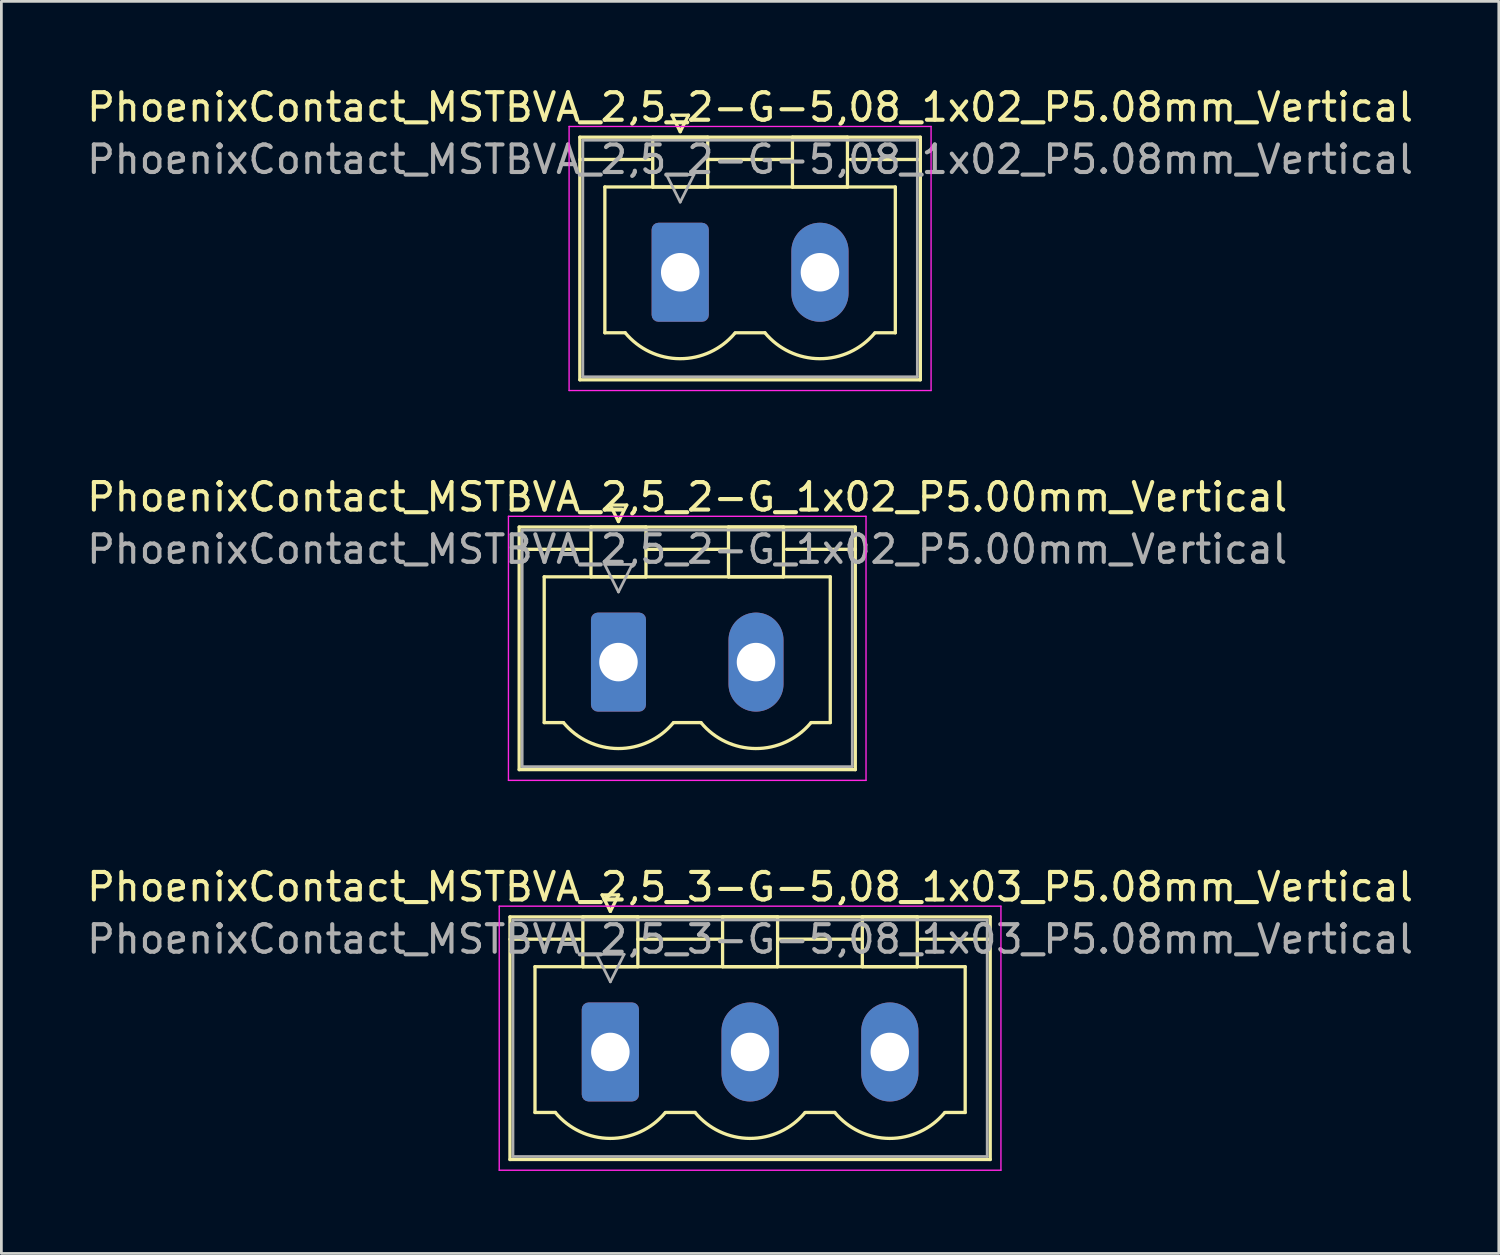
<source format=kicad_pcb>
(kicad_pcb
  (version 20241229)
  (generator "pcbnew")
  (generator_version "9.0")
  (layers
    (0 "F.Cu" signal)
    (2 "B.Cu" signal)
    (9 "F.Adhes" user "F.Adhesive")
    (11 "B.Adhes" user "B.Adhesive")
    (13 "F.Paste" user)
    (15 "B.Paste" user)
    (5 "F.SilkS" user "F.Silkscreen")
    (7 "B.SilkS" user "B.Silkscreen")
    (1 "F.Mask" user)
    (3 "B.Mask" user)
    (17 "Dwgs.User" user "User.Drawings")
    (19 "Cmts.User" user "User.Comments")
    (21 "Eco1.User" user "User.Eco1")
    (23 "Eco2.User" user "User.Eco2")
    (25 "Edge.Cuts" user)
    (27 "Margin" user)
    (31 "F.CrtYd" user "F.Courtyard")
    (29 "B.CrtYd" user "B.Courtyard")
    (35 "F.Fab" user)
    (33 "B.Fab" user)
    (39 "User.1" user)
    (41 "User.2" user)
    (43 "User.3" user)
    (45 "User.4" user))
  (footprint "PhoenixContact_MSTBVA_2,5_2-G-5,08_1x02_P5.08mm_Vertical"
    (layer "F.Cu")
    (at 21.68 6.848)
    (property "Reference" "PhoenixContact_MSTBVA_2,5_2-G-5,08_1x02_P5.08mm_Vertical" (at 2.54 -6 0) (layer "F.SilkS") (effects (font (size 1 1) (thickness 0.15))))
    (attr through_hole)
    (fp_line (start -3.65 -4.91) (end -3.65 3.91) (stroke (width 0.12) (type solid)) (layer "F.SilkS"))
    (fp_line (start -3.65 -4.1) (end -1.11 -4.1) (stroke (width 0.12) (type solid)) (layer "F.SilkS"))
    (fp_line (start -3.65 3.91) (end 8.73 3.91) (stroke (width 0.12) (type solid)) (layer "F.SilkS"))
    (fp_line (start -2.74 -3.1) (end 7.82 -3.1) (stroke (width 0.12) (type solid)) (layer "F.SilkS"))
    (fp_line (start -2.74 2.2) (end -2.74 -3.1) (stroke (width 0.12) (type solid)) (layer "F.SilkS"))
    (fp_line (start -2 2.2) (end -2.74 2.2) (stroke (width 0.12) (type solid)) (layer "F.SilkS"))
    (fp_line (start -1 -4.91) (end 1 -4.91) (stroke (width 0.12) (type solid)) (layer "F.SilkS"))
    (fp_line (start -1 -3.1) (end -1 -4.91) (stroke (width 0.12) (type solid)) (layer "F.SilkS"))
    (fp_line (start -0.3 -5.71) (end 0.3 -5.71) (stroke (width 0.12) (type solid)) (layer "F.SilkS"))
    (fp_line (start 0 -5.11) (end -0.3 -5.71) (stroke (width 0.12) (type solid)) (layer "F.SilkS"))
    (fp_line (start 0.3 -5.71) (end 0 -5.11) (stroke (width 0.12) (type solid)) (layer "F.SilkS"))
    (fp_line (start 1 -4.91) (end 1 -3.1) (stroke (width 0.12) (type solid)) (layer "F.SilkS"))
    (fp_line (start 1 -4.1) (end 4.08 -4.1) (stroke (width 0.12) (type solid)) (layer "F.SilkS"))
    (fp_line (start 1 -3.1) (end -1 -3.1) (stroke (width 0.12) (type solid)) (layer "F.SilkS"))
    (fp_line (start 2 2.2) (end 3.08 2.2) (stroke (width 0.12) (type solid)) (layer "F.SilkS"))
    (fp_line (start 4.08 -4.91) (end 6.08 -4.91) (stroke (width 0.12) (type solid)) (layer "F.SilkS"))
    (fp_line (start 4.08 -3.1) (end 4.08 -4.91) (stroke (width 0.12) (type solid)) (layer "F.SilkS"))
    (fp_line (start 6.08 -4.91) (end 6.08 -3.1) (stroke (width 0.12) (type solid)) (layer "F.SilkS"))
    (fp_line (start 6.08 -3.1) (end 4.08 -3.1) (stroke (width 0.12) (type solid)) (layer "F.SilkS"))
    (fp_line (start 7.82 -3.1) (end 7.82 2.2) (stroke (width 0.12) (type solid)) (layer "F.SilkS"))
    (fp_line (start 7.82 2.2) (end 7.08 2.2) (stroke (width 0.12) (type solid)) (layer "F.SilkS"))
    (fp_line (start 8.73 -4.91) (end -3.65 -4.91) (stroke (width 0.12) (type solid)) (layer "F.SilkS"))
    (fp_line (start 8.73 -4.1) (end 6.19 -4.1) (stroke (width 0.12) (type solid)) (layer "F.SilkS"))
    (fp_line (start 8.73 3.91) (end 8.73 -4.91) (stroke (width 0.12) (type solid)) (layer "F.SilkS"))
    (fp_arc (start 1.986842 2.215821) (mid -0.010289 3.142758) (end -2 2.2) (stroke (width 0.12) (type solid)) (layer "F.SilkS"))
    (fp_arc (start 7.066842 2.215821) (mid 5.069711 3.142758) (end 3.08 2.2) (stroke (width 0.12) (type solid)) (layer "F.SilkS"))
    (fp_line (start -4.04 -5.3) (end -4.04 4.3) (stroke (width 0.05) (type solid)) (layer "F.CrtYd"))
    (fp_line (start -4.04 4.3) (end 9.12 4.3) (stroke (width 0.05) (type solid)) (layer "F.CrtYd"))
    (fp_line (start 9.12 -5.3) (end -4.04 -5.3) (stroke (width 0.05) (type solid)) (layer "F.CrtYd"))
    (fp_line (start 9.12 4.3) (end 9.12 -5.3) (stroke (width 0.05) (type solid)) (layer "F.CrtYd"))
    (fp_line (start -3.54 -4.8) (end -3.54 3.8) (stroke (width 0.1) (type solid)) (layer "F.Fab"))
    (fp_line (start -3.54 3.8) (end 8.62 3.8) (stroke (width 0.1) (type solid)) (layer "F.Fab"))
    (fp_line (start -0.5 -3.55) (end 0.5 -3.55) (stroke (width 0.1) (type solid)) (layer "F.Fab"))
    (fp_line (start 0 -2.55) (end -0.5 -3.55) (stroke (width 0.1) (type solid)) (layer "F.Fab"))
    (fp_line (start 0.5 -3.55) (end 0 -2.55) (stroke (width 0.1) (type solid)) (layer "F.Fab"))
    (fp_line (start 8.62 -4.8) (end -3.54 -4.8) (stroke (width 0.1) (type solid)) (layer "F.Fab"))
    (fp_line (start 8.62 3.8) (end 8.62 -4.8) (stroke (width 0.1) (type solid)) (layer "F.Fab"))
    (fp_text user "${REFERENCE}" (at 2.54 -4.1 0) (layer "F.Fab") (effects (font (size 1 1) (thickness 0.15))))
    (pad "1" thru_hole roundrect (at 0 0) (size 2.08 3.6) (drill 1.4) (layers "*.Cu" "*.Mask") (roundrect_rratio 0.12))
    (pad "2" thru_hole oval (at 5.08 0) (size 2.08 3.6) (drill 1.4) (layers "*.Cu" "*.Mask")))
  (footprint "PhoenixContact_MSTBVA_2,5_2-G_1x02_P5.00mm_Vertical"
    (layer "F.Cu")
    (at 19.435 21.021)
    (property "Reference" "PhoenixContact_MSTBVA_2,5_2-G_1x02_P5.00mm_Vertical" (at 2.5 -6 0) (layer "F.SilkS") (effects (font (size 1 1) (thickness 0.15))))
    (attr through_hole)
    (fp_line (start -3.61 -4.91) (end -3.61 3.91) (stroke (width 0.12) (type solid)) (layer "F.SilkS"))
    (fp_line (start -3.61 -4.1) (end -1.11 -4.1) (stroke (width 0.12) (type solid)) (layer "F.SilkS"))
    (fp_line (start -3.61 3.91) (end 8.61 3.91) (stroke (width 0.12) (type solid)) (layer "F.SilkS"))
    (fp_line (start -2.7 -3.1) (end 7.7 -3.1) (stroke (width 0.12) (type solid)) (layer "F.SilkS"))
    (fp_line (start -2.7 2.2) (end -2.7 -3.1) (stroke (width 0.12) (type solid)) (layer "F.SilkS"))
    (fp_line (start -2 2.2) (end -2.7 2.2) (stroke (width 0.12) (type solid)) (layer "F.SilkS"))
    (fp_line (start -1 -4.91) (end 1 -4.91) (stroke (width 0.12) (type solid)) (layer "F.SilkS"))
    (fp_line (start -1 -3.1) (end -1 -4.91) (stroke (width 0.12) (type solid)) (layer "F.SilkS"))
    (fp_line (start -0.3 -5.71) (end 0.3 -5.71) (stroke (width 0.12) (type solid)) (layer "F.SilkS"))
    (fp_line (start 0 -5.11) (end -0.3 -5.71) (stroke (width 0.12) (type solid)) (layer "F.SilkS"))
    (fp_line (start 0.3 -5.71) (end 0 -5.11) (stroke (width 0.12) (type solid)) (layer "F.SilkS"))
    (fp_line (start 1 -4.91) (end 1 -3.1) (stroke (width 0.12) (type solid)) (layer "F.SilkS"))
    (fp_line (start 1 -4.1) (end 4 -4.1) (stroke (width 0.12) (type solid)) (layer "F.SilkS"))
    (fp_line (start 1 -3.1) (end -1 -3.1) (stroke (width 0.12) (type solid)) (layer "F.SilkS"))
    (fp_line (start 2 2.2) (end 3 2.2) (stroke (width 0.12) (type solid)) (layer "F.SilkS"))
    (fp_line (start 4 -4.91) (end 6 -4.91) (stroke (width 0.12) (type solid)) (layer "F.SilkS"))
    (fp_line (start 4 -3.1) (end 4 -4.91) (stroke (width 0.12) (type solid)) (layer "F.SilkS"))
    (fp_line (start 6 -4.91) (end 6 -3.1) (stroke (width 0.12) (type solid)) (layer "F.SilkS"))
    (fp_line (start 6 -3.1) (end 4 -3.1) (stroke (width 0.12) (type solid)) (layer "F.SilkS"))
    (fp_line (start 7.7 -3.1) (end 7.7 2.2) (stroke (width 0.12) (type solid)) (layer "F.SilkS"))
    (fp_line (start 7.7 2.2) (end 7 2.2) (stroke (width 0.12) (type solid)) (layer "F.SilkS"))
    (fp_line (start 8.61 -4.91) (end -3.61 -4.91) (stroke (width 0.12) (type solid)) (layer "F.SilkS"))
    (fp_line (start 8.61 -4.1) (end 6.11 -4.1) (stroke (width 0.12) (type solid)) (layer "F.SilkS"))
    (fp_line (start 8.61 3.91) (end 8.61 -4.91) (stroke (width 0.12) (type solid)) (layer "F.SilkS"))
    (fp_arc (start 1.986842 2.215821) (mid -0.010289 3.142758) (end -2 2.2) (stroke (width 0.12) (type solid)) (layer "F.SilkS"))
    (fp_arc (start 6.986842 2.215821) (mid 4.989711 3.142758) (end 3 2.2) (stroke (width 0.12) (type solid)) (layer "F.SilkS"))
    (fp_line (start -4 -5.3) (end -4 4.3) (stroke (width 0.05) (type solid)) (layer "F.CrtYd"))
    (fp_line (start -4 4.3) (end 9 4.3) (stroke (width 0.05) (type solid)) (layer "F.CrtYd"))
    (fp_line (start 9 -5.3) (end -4 -5.3) (stroke (width 0.05) (type solid)) (layer "F.CrtYd"))
    (fp_line (start 9 4.3) (end 9 -5.3) (stroke (width 0.05) (type solid)) (layer "F.CrtYd"))
    (fp_line (start -3.5 -4.8) (end -3.5 3.8) (stroke (width 0.1) (type solid)) (layer "F.Fab"))
    (fp_line (start -3.5 3.8) (end 8.5 3.8) (stroke (width 0.1) (type solid)) (layer "F.Fab"))
    (fp_line (start -0.5 -3.55) (end 0.5 -3.55) (stroke (width 0.1) (type solid)) (layer "F.Fab"))
    (fp_line (start 0 -2.55) (end -0.5 -3.55) (stroke (width 0.1) (type solid)) (layer "F.Fab"))
    (fp_line (start 0.5 -3.55) (end 0 -2.55) (stroke (width 0.1) (type solid)) (layer "F.Fab"))
    (fp_line (start 8.5 -4.8) (end -3.5 -4.8) (stroke (width 0.1) (type solid)) (layer "F.Fab"))
    (fp_line (start 8.5 3.8) (end 8.5 -4.8) (stroke (width 0.1) (type solid)) (layer "F.Fab"))
    (fp_text user "${REFERENCE}" (at 2.5 -4.1 0) (layer "F.Fab") (effects (font (size 1 1) (thickness 0.15))))
    (pad "1" thru_hole roundrect (at 0 0) (size 2 3.6) (drill 1.4) (layers "*.Cu" "*.Mask") (roundrect_rratio 0.125))
    (pad "2" thru_hole oval (at 5 0) (size 2 3.6) (drill 1.4) (layers "*.Cu" "*.Mask")))
  (footprint "PhoenixContact_MSTBVA_2,5_3-G-5,08_1x03_P5.08mm_Vertical"
    (layer "F.Cu")
    (at 19.14 35.195)
    (property "Reference" "PhoenixContact_MSTBVA_2,5_3-G-5,08_1x03_P5.08mm_Vertical" (at 5.08 -6 0) (layer "F.SilkS") (effects (font (size 1 1) (thickness 0.15))))
    (attr through_hole)
    (fp_line (start -3.65 -4.91) (end -3.65 3.91) (stroke (width 0.12) (type solid)) (layer "F.SilkS"))
    (fp_line (start -3.65 -4.1) (end -1.11 -4.1) (stroke (width 0.12) (type solid)) (layer "F.SilkS"))
    (fp_line (start -3.65 3.91) (end 13.81 3.91) (stroke (width 0.12) (type solid)) (layer "F.SilkS"))
    (fp_line (start -2.74 -3.1) (end 12.9 -3.1) (stroke (width 0.12) (type solid)) (layer "F.SilkS"))
    (fp_line (start -2.74 2.2) (end -2.74 -3.1) (stroke (width 0.12) (type solid)) (layer "F.SilkS"))
    (fp_line (start -2 2.2) (end -2.74 2.2) (stroke (width 0.12) (type solid)) (layer "F.SilkS"))
    (fp_line (start -1 -4.91) (end 1 -4.91) (stroke (width 0.12) (type solid)) (layer "F.SilkS"))
    (fp_line (start -1 -3.1) (end -1 -4.91) (stroke (width 0.12) (type solid)) (layer "F.SilkS"))
    (fp_line (start -0.3 -5.71) (end 0.3 -5.71) (stroke (width 0.12) (type solid)) (layer "F.SilkS"))
    (fp_line (start 0 -5.11) (end -0.3 -5.71) (stroke (width 0.12) (type solid)) (layer "F.SilkS"))
    (fp_line (start 0.3 -5.71) (end 0 -5.11) (stroke (width 0.12) (type solid)) (layer "F.SilkS"))
    (fp_line (start 1 -4.91) (end 1 -3.1) (stroke (width 0.12) (type solid)) (layer "F.SilkS"))
    (fp_line (start 1 -4.1) (end 4.08 -4.1) (stroke (width 0.12) (type solid)) (layer "F.SilkS"))
    (fp_line (start 1 -3.1) (end -1 -3.1) (stroke (width 0.12) (type solid)) (layer "F.SilkS"))
    (fp_line (start 2 2.2) (end 3.08 2.2) (stroke (width 0.12) (type solid)) (layer "F.SilkS"))
    (fp_line (start 4.08 -4.91) (end 6.08 -4.91) (stroke (width 0.12) (type solid)) (layer "F.SilkS"))
    (fp_line (start 4.08 -3.1) (end 4.08 -4.91) (stroke (width 0.12) (type solid)) (layer "F.SilkS"))
    (fp_line (start 6.08 -4.91) (end 6.08 -3.1) (stroke (width 0.12) (type solid)) (layer "F.SilkS"))
    (fp_line (start 6.08 -4.1) (end 9.16 -4.1) (stroke (width 0.12) (type solid)) (layer "F.SilkS"))
    (fp_line (start 6.08 -3.1) (end 4.08 -3.1) (stroke (width 0.12) (type solid)) (layer "F.SilkS"))
    (fp_line (start 7.08 2.2) (end 8.16 2.2) (stroke (width 0.12) (type solid)) (layer "F.SilkS"))
    (fp_line (start 9.16 -4.91) (end 11.16 -4.91) (stroke (width 0.12) (type solid)) (layer "F.SilkS"))
    (fp_line (start 9.16 -3.1) (end 9.16 -4.91) (stroke (width 0.12) (type solid)) (layer "F.SilkS"))
    (fp_line (start 11.16 -4.91) (end 11.16 -3.1) (stroke (width 0.12) (type solid)) (layer "F.SilkS"))
    (fp_line (start 11.16 -3.1) (end 9.16 -3.1) (stroke (width 0.12) (type solid)) (layer "F.SilkS"))
    (fp_line (start 12.9 -3.1) (end 12.9 2.2) (stroke (width 0.12) (type solid)) (layer "F.SilkS"))
    (fp_line (start 12.9 2.2) (end 12.16 2.2) (stroke (width 0.12) (type solid)) (layer "F.SilkS"))
    (fp_line (start 13.81 -4.91) (end -3.65 -4.91) (stroke (width 0.12) (type solid)) (layer "F.SilkS"))
    (fp_line (start 13.81 -4.1) (end 11.27 -4.1) (stroke (width 0.12) (type solid)) (layer "F.SilkS"))
    (fp_line (start 13.81 3.91) (end 13.81 -4.91) (stroke (width 0.12) (type solid)) (layer "F.SilkS"))
    (fp_arc (start 1.986842 2.215821) (mid -0.010289 3.142758) (end -2 2.2) (stroke (width 0.12) (type solid)) (layer "F.SilkS"))
    (fp_arc (start 7.066842 2.215821) (mid 5.069711 3.142758) (end 3.08 2.2) (stroke (width 0.12) (type solid)) (layer "F.SilkS"))
    (fp_arc (start 12.146842 2.215821) (mid 10.149711 3.142758) (end 8.16 2.2) (stroke (width 0.12) (type solid)) (layer "F.SilkS"))
    (fp_line (start -4.04 -5.3) (end -4.04 4.3) (stroke (width 0.05) (type solid)) (layer "F.CrtYd"))
    (fp_line (start -4.04 4.3) (end 14.2 4.3) (stroke (width 0.05) (type solid)) (layer "F.CrtYd"))
    (fp_line (start 14.2 -5.3) (end -4.04 -5.3) (stroke (width 0.05) (type solid)) (layer "F.CrtYd"))
    (fp_line (start 14.2 4.3) (end 14.2 -5.3) (stroke (width 0.05) (type solid)) (layer "F.CrtYd"))
    (fp_line (start -3.54 -4.8) (end -3.54 3.8) (stroke (width 0.1) (type solid)) (layer "F.Fab"))
    (fp_line (start -3.54 3.8) (end 13.7 3.8) (stroke (width 0.1) (type solid)) (layer "F.Fab"))
    (fp_line (start -0.5 -3.55) (end 0.5 -3.55) (stroke (width 0.1) (type solid)) (layer "F.Fab"))
    (fp_line (start 0 -2.55) (end -0.5 -3.55) (stroke (width 0.1) (type solid)) (layer "F.Fab"))
    (fp_line (start 0.5 -3.55) (end 0 -2.55) (stroke (width 0.1) (type solid)) (layer "F.Fab"))
    (fp_line (start 13.7 -4.8) (end -3.54 -4.8) (stroke (width 0.1) (type solid)) (layer "F.Fab"))
    (fp_line (start 13.7 3.8) (end 13.7 -4.8) (stroke (width 0.1) (type solid)) (layer "F.Fab"))
    (fp_text user "${REFERENCE}" (at 5.08 -4.1 0) (layer "F.Fab") (effects (font (size 1 1) (thickness 0.15))))
    (pad "1" thru_hole roundrect (at 0 0) (size 2.08 3.6) (drill 1.4) (layers "*.Cu" "*.Mask") (roundrect_rratio 0.12))
    (pad "2" thru_hole oval (at 5.08 0) (size 2.08 3.6) (drill 1.4) (layers "*.Cu" "*.Mask"))
    (pad "3" thru_hole oval (at 10.16 0) (size 2.08 3.6) (drill 1.4) (layers "*.Cu" "*.Mask")))
  (gr_rect
    (start -3 -3)
    (end 51.44 42.52)
    (stroke (width 0.1) (type default))
    (fill no)
    (layer "Edge.Cuts")))
</source>
